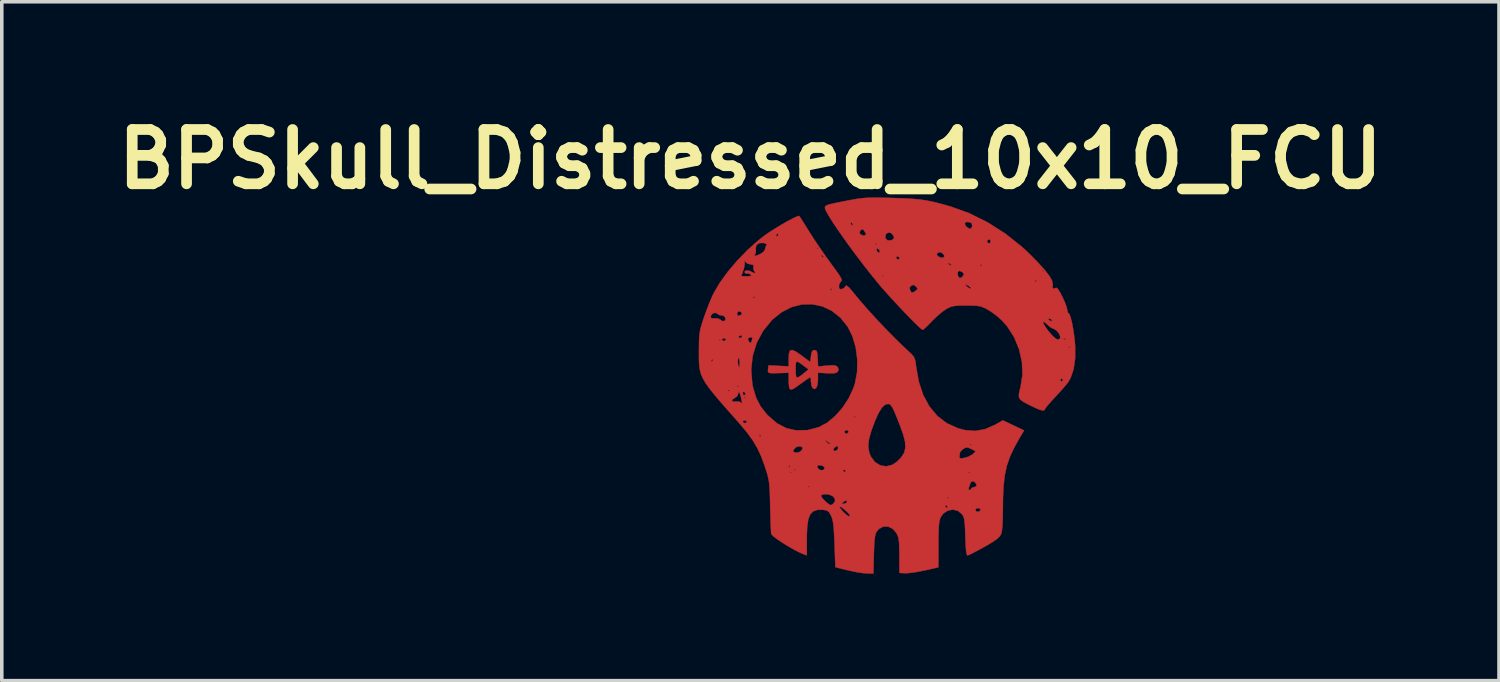
<source format=kicad_pcb>
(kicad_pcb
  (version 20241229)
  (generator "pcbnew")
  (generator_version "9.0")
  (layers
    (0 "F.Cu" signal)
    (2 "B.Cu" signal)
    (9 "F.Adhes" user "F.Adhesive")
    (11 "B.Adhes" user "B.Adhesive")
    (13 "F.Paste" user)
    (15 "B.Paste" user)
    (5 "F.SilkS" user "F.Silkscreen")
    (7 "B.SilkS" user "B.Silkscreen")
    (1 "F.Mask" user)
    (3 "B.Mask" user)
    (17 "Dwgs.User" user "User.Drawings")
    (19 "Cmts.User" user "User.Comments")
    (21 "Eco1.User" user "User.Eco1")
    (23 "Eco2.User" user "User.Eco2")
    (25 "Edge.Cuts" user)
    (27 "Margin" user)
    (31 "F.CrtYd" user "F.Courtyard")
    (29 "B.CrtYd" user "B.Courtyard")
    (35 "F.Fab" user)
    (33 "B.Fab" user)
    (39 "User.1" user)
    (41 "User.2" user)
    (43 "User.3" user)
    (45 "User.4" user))
  (footprint "BPSkull_Distressed_10x10_FCU"
    (layer "F.Cu")
    (at 21.815 7.768)
    (property "Reference" "BPSkull_Distressed_10x10_FCU" (at -3.81 -6.35 0) (layer "F.SilkS") (effects (font (size 1.524 1.524) (thickness 0.3))))
    (attr through_hole)
    (fp_poly (pts (xy -2.543 -0.958) (xy -2.4 -0.861) (xy -2.374 -0.842) (xy -2.13 -0.66) (xy -2.11 -0.828) (xy -2.09 -0.937) (xy -2.057 -0.987) (xy -2.012 -0.996) (xy -1.968 -0.987) (xy -1.942 -0.945) (xy -1.928 -0.854) (xy -1.922 -0.766) (xy -1.911 -0.536) (xy -1.662 -0.559) (xy -1.515 -0.569) (xy -1.425 -0.56) (xy -1.373 -0.532) (xy -1.363 -0.522) (xy -1.335 -0.448) (xy -1.355 -0.397) (xy -1.393 -0.362) (xy -1.463 -0.345) (xy -1.584 -0.343) (xy -1.656 -0.346) (xy -1.915 -0.36) (xy -1.915 -0.165) (xy -1.928 -0.023) (xy -1.963 0.068) (xy -2.015 0.097) (xy -2.064 0.069) (xy -2.096 0.000428) (xy -2.11 -0.102) (xy -2.11 -0.106) (xy -2.115 -0.193) (xy -2.128 -0.234) (xy -2.13 -0.234) (xy -2.168 -0.213) (xy -2.252 -0.156) (xy -2.365 -0.075) (xy -2.388 -0.059) (xy -2.521 0.037) (xy -2.606 0.092) (xy -2.659 0.112) (xy -2.693 0.105) (xy -2.709 0.091) (xy -2.724 0.04) (xy -2.733 -0.062) (xy -2.735 -0.147) (xy -2.735 -0.359) (xy -2.98 -0.351) (xy -3.145 -0.346) (xy -3.247 -0.348) (xy -3.3 -0.363) (xy -3.318 -0.393) (xy -3.316 -0.445) (xy -3.315 -0.45) (xy -2.54 -0.45) (xy -2.537 -0.31) (xy -2.521 -0.237) (xy -2.479 -0.226) (xy -2.4 -0.274) (xy -2.291 -0.361) (xy -2.18 -0.453) (xy -2.311 -0.552) (xy -2.429 -0.639) (xy -2.498 -0.674) (xy -2.53 -0.652) (xy -2.539 -0.565) (xy -2.54 -0.45) (xy -3.315 -0.45) (xy -3.314 -0.459) (xy -3.302 -0.567) (xy -2.735 -0.539) (xy -2.735 -0.759) (xy -2.728 -0.9) (xy -2.699 -0.979) (xy -2.64 -0.998) (xy -2.543 -0.958)) (stroke (width 0.01) (type solid)) (fill yes) (layer "F.Cu"))
    (fp_poly (pts (xy -0.127 -5.271) (xy 0.139 -5.264) (xy 0.175 -5.263) (xy 0.485 -5.253) (xy 0.737 -5.239) (xy 0.95 -5.22) (xy 1.146 -5.19) (xy 1.344 -5.149) (xy 1.564 -5.093) (xy 1.817 -5.021) (xy 2.336 -4.833) (xy 2.85 -4.577) (xy 3.345 -4.262) (xy 3.806 -3.895) (xy 3.974 -3.741) (xy 4.235 -3.479) (xy 4.437 -3.257) (xy 4.579 -3.075) (xy 4.658 -2.936) (xy 4.675 -2.84) (xy 4.674 -2.837) (xy 4.667 -2.748) (xy 4.699 -2.714) (xy 4.75 -2.738) (xy 4.785 -2.741) (xy 4.83 -2.693) (xy 4.894 -2.587) (xy 4.94 -2.497) (xy 5.006 -2.353) (xy 5.056 -2.224) (xy 5.079 -2.135) (xy 5.08 -2.124) (xy 5.093 -2.054) (xy 5.116 -2.032) (xy 5.146 -1.996) (xy 5.18 -1.896) (xy 5.215 -1.75) (xy 5.249 -1.571) (xy 5.277 -1.374) (xy 5.298 -1.175) (xy 5.303 -1.094) (xy 5.302 -0.761) (xy 5.26 -0.466) (xy 5.179 -0.222) (xy 5.112 -0.103) (xy 5.049 -0.023) (xy 4.947 0.096) (xy 4.824 0.233) (xy 4.741 0.322) (xy 4.623 0.45) (xy 4.529 0.559) (xy 4.47 0.635) (xy 4.455 0.664) (xy 4.429 0.698) (xy 4.349 0.69) (xy 4.211 0.639) (xy 4.015 0.545) (xy 3.862 0.464) (xy 3.768 0.399) (xy 3.725 0.33) (xy 3.724 0.238) (xy 3.754 0.103) (xy 3.771 0.039) (xy 3.801 -0.156) (xy 4.885 -0.156) (xy 4.914 -0.118) (xy 4.924 -0.117) (xy 4.962 -0.147) (xy 4.963 -0.156) (xy 4.933 -0.194) (xy 4.924 -0.195) (xy 4.886 -0.166) (xy 4.885 -0.156) (xy 3.801 -0.156) (xy 3.825 -0.306) (xy 3.809 -0.664) (xy 3.729 -1.019) (xy 3.706 -1.075) (xy 5.119 -1.075) (xy 5.139 -1.055) (xy 5.158 -1.075) (xy 5.139 -1.094) (xy 5.119 -1.075) (xy 3.706 -1.075) (xy 3.589 -1.358) (xy 3.392 -1.665) (xy 3.279 -1.792) (xy 4.402 -1.792) (xy 4.406 -1.753) (xy 4.454 -1.667) (xy 4.545 -1.538) (xy 4.553 -1.528) (xy 4.67 -1.391) (xy 4.767 -1.309) (xy 4.839 -1.286) (xy 4.87 -1.316) (xy 4.976 -1.316) (xy 4.981 -1.292) (xy 5.002 -1.29) (xy 5.034 -1.304) (xy 5.028 -1.316) (xy 4.982 -1.32) (xy 4.976 -1.316) (xy 4.87 -1.316) (xy 4.879 -1.324) (xy 4.885 -1.371) (xy 4.855 -1.451) (xy 4.787 -1.535) (xy 4.706 -1.592) (xy 4.672 -1.601) (xy 4.622 -1.627) (xy 4.545 -1.689) (xy 4.526 -1.707) (xy 4.441 -1.779) (xy 4.402 -1.792) (xy 3.279 -1.792) (xy 3.245 -1.831) (xy 3.202 -1.869) (xy 4.537 -1.869) (xy 4.565 -1.842) (xy 4.572 -1.837) (xy 4.631 -1.802) (xy 4.649 -1.813) (xy 4.65 -1.837) (xy 4.618 -1.869) (xy 4.582 -1.875) (xy 4.537 -1.869) (xy 3.202 -1.869) (xy 3.106 -1.953) (xy 2.947 -2.07) (xy 2.85 -2.13) (xy 2.745 -2.184) (xy 2.654 -2.219) (xy 2.553 -2.237) (xy 2.419 -2.245) (xy 2.247 -2.247) (xy 2.061 -2.245) (xy 1.932 -2.236) (xy 1.836 -2.217) (xy 1.751 -2.183) (xy 1.676 -2.141) (xy 1.56 -2.059) (xy 1.422 -1.941) (xy 1.29 -1.812) (xy 1.278 -1.799) (xy 1.173 -1.69) (xy 1.085 -1.608) (xy 1.031 -1.566) (xy 1.023 -1.563) (xy 0.981 -1.591) (xy 0.897 -1.667) (xy 0.778 -1.783) (xy 0.634 -1.93) (xy 0.473 -2.097) (xy 0.305 -2.276) (xy 0.137 -2.457) (xy -0.02 -2.632) (xy -0.128 -2.755) (xy 0.656 -2.755) (xy 0.668 -2.685) (xy 0.673 -2.672) (xy 0.708 -2.613) (xy 0.75 -2.611) (xy 0.807 -2.645) (xy 0.87 -2.694) (xy 0.872 -2.734) (xy 0.837 -2.778) (xy 0.774 -2.825) (xy 0.708 -2.807) (xy 0.703 -2.804) (xy 0.656 -2.755) (xy -0.128 -2.755) (xy -0.158 -2.79) (xy -0.192 -2.829) (xy 2.23 -2.829) (xy 2.244 -2.797) (xy 2.289 -2.758) (xy 2.353 -2.722) (xy 2.381 -2.719) (xy 2.367 -2.752) (xy 2.322 -2.791) (xy 2.258 -2.827) (xy 2.23 -2.829) (xy -0.192 -2.829) (xy -0.224 -2.868) (xy -0.275 -2.931) (xy 4.181 -2.931) (xy 4.196 -2.899) (xy 4.207 -2.905) (xy 4.212 -2.951) (xy 4.207 -2.957) (xy 4.184 -2.951) (xy 4.181 -2.931) (xy -0.275 -2.931) (xy -0.386 -3.068) (xy -0.117 -3.068) (xy -0.098 -3.048) (xy -0.078 -3.068) (xy -0.098 -3.087) (xy -0.117 -3.068) (xy -0.386 -3.068) (xy -0.423 -3.113) (xy -0.479 -3.185) (xy 2.007 -3.185) (xy 2.009 -3.098) (xy 2.011 -3.091) (xy 2.051 -3.02) (xy 2.104 -3.024) (xy 2.153 -3.072) (xy 2.182 -3.127) (xy 2.15 -3.174) (xy 2.13 -3.189) (xy 2.052 -3.219) (xy 2.007 -3.185) (xy -0.479 -3.185) (xy -0.51 -3.224) (xy 4.377 -3.224) (xy 4.396 -3.204) (xy 4.416 -3.224) (xy 4.396 -3.243) (xy 4.377 -3.224) (xy -0.51 -3.224) (xy -0.626 -3.372) (xy -0.665 -3.423) (xy 1.731 -3.423) (xy 1.758 -3.4) (xy 1.821 -3.365) (xy 1.829 -3.378) (xy 1.824 -3.387) (xy 2.631 -3.387) (xy 2.637 -3.363) (xy 2.657 -3.361) (xy 2.689 -3.375) (xy 2.683 -3.387) (xy 2.637 -3.391) (xy 2.631 -3.387) (xy 1.824 -3.387) (xy 1.817 -3.4) (xy 1.76 -3.437) (xy 1.746 -3.438) (xy 1.731 -3.423) (xy -0.665 -3.423) (xy -0.797 -3.597) (xy 0.279 -3.597) (xy 0.292 -3.558) (xy 0.341 -3.534) (xy 0.358 -3.54) (xy 0.374 -3.582) (xy 0.356 -3.607) (xy 0.303 -3.629) (xy 0.279 -3.597) (xy -0.797 -3.597) (xy -0.829 -3.638) (xy -0.856 -3.674) (xy 1.416 -3.674) (xy 1.458 -3.625) (xy 1.466 -3.619) (xy 1.542 -3.586) (xy 1.607 -3.591) (xy 1.634 -3.63) (xy 1.631 -3.646) (xy 1.579 -3.714) (xy 1.504 -3.743) (xy 1.439 -3.721) (xy 1.416 -3.674) (xy -0.856 -3.674) (xy -0.968 -3.826) (xy -0.272 -3.826) (xy -0.259 -3.77) (xy -0.22 -3.729) (xy -0.194 -3.733) (xy -0.176 -3.777) (xy -0.199 -3.814) (xy -0.251 -3.853) (xy -0.272 -3.826) (xy -0.968 -3.826) (xy -1.024 -3.902) (xy -1.07 -3.966) (xy -0.313 -3.966) (xy -0.293 -3.947) (xy -0.274 -3.966) (xy -0.293 -3.986) (xy -0.313 -3.966) (xy -1.07 -3.966) (xy -1.114 -4.027) (xy 2.831 -4.027) (xy 2.841 -4.011) (xy 2.897 -3.987) (xy 2.93 -4.029) (xy 2.931 -4.044) (xy 2.911 -4.096) (xy 2.894 -4.103) (xy 2.843 -4.077) (xy 2.831 -4.027) (xy -1.114 -4.027) (xy -1.206 -4.155) (xy -1.22 -4.175) (xy -0.026 -4.175) (xy -0.014 -4.123) (xy 0.041 -4.073) (xy 0.13 -4.072) (xy 0.19 -4.099) (xy 0.222 -4.142) (xy 0.199 -4.213) (xy 0.198 -4.215) (xy 0.131 -4.284) (xy 0.056 -4.293) (xy -0.004 -4.253) (xy -0.026 -4.175) (xy -1.22 -4.175) (xy -1.298 -4.287) (xy -0.752 -4.287) (xy -0.716 -4.24) (xy -0.711 -4.236) (xy -0.641 -4.208) (xy -0.583 -4.217) (xy -0.566 -4.257) (xy -0.573 -4.273) (xy -0.632 -4.364) (xy -0.676 -4.389) (xy -0.719 -4.356) (xy -0.724 -4.349) (xy -0.752 -4.287) (xy -1.298 -4.287) (xy -1.37 -4.39) (xy -1.475 -4.548) (xy -1.003 -4.548) (xy -0.996 -4.533) (xy -0.961 -4.496) (xy -0.955 -4.494) (xy -0.938 -4.524) (xy -0.938 -4.533) (xy -0.952 -4.55) (xy 2.203 -4.55) (xy 2.228 -4.481) (xy 2.249 -4.458) (xy 2.332 -4.398) (xy 2.389 -4.411) (xy 2.415 -4.482) (xy 2.398 -4.554) (xy 2.338 -4.585) (xy 2.243 -4.59) (xy 2.203 -4.55) (xy -0.952 -4.55) (xy -0.968 -4.57) (xy -0.979 -4.572) (xy -1.003 -4.548) (xy -1.475 -4.548) (xy -1.509 -4.599) (xy -1.617 -4.772) (xy -1.689 -4.902) (xy -1.719 -4.98) (xy -1.719 -4.986) (xy -1.716 -5.017) (xy -1.697 -5.042) (xy -1.653 -5.064) (xy -1.571 -5.089) (xy -1.44 -5.119) (xy -1.249 -5.158) (xy -1.129 -5.181) (xy -0.943 -5.217) (xy -0.789 -5.243) (xy -0.648 -5.26) (xy -0.503 -5.27) (xy -0.335 -5.273) (xy -0.127 -5.271)) (stroke (width 0.01) (type solid)) (fill yes) (layer "F.Cu"))
    (fp_poly (pts (xy -2.439 -4.757) (xy -2.413 -4.72) (xy -2.354 -4.628) (xy -2.271 -4.497) (xy -2.172 -4.337) (xy -2.152 -4.306) (xy -2.02 -4.1) (xy -1.86 -3.862) (xy -1.693 -3.622) (xy -1.543 -3.415) (xy -1.41 -3.233) (xy -1.319 -3.104) (xy -1.267 -3.016) (xy -1.247 -2.962) (xy -1.255 -2.932) (xy -1.266 -2.923) (xy -1.309 -2.869) (xy -1.327 -2.792) (xy -1.317 -2.724) (xy -1.28 -2.697) (xy -1.184 -2.731) (xy -1.129 -2.804) (xy -1.1 -2.8) (xy -1.037 -2.745) (xy -0.954 -2.649) (xy -0.938 -2.629) (xy -0.759 -2.411) (xy -0.539 -2.157) (xy -0.291 -1.884) (xy -0.032 -1.609) (xy 0.223 -1.349) (xy 0.457 -1.119) (xy 0.612 -0.975) (xy 0.719 -0.876) (xy 0.781 -0.797) (xy 0.814 -0.71) (xy 0.834 -0.586) (xy 0.838 -0.545) (xy 0.913 -0.113) (xy 1.039 0.265) (xy 1.214 0.588) (xy 1.435 0.853) (xy 1.702 1.057) (xy 2.013 1.198) (xy 2.214 1.251) (xy 2.499 1.273) (xy 2.777 1.223) (xy 3.058 1.099) (xy 3.07 1.093) (xy 3.273 0.976) (xy 3.572 1.118) (xy 3.87 1.26) (xy 3.749 1.46) (xy 3.594 1.737) (xy 3.474 1.993) (xy 3.387 2.246) (xy 3.328 2.514) (xy 3.293 2.814) (xy 3.277 3.164) (xy 3.275 3.4) (xy 3.272 3.694) (xy 3.263 3.917) (xy 3.247 4.072) (xy 3.224 4.166) (xy 3.224 4.168) (xy 3.185 4.232) (xy 3.117 4.298) (xy 3.007 4.376) (xy 2.844 4.475) (xy 2.749 4.529) (xy 2.583 4.62) (xy 2.44 4.695) (xy 2.335 4.747) (xy 2.281 4.767) (xy 2.28 4.767) (xy 2.259 4.735) (xy 2.242 4.635) (xy 2.23 4.464) (xy 2.221 4.243) (xy 2.214 4.024) (xy 2.205 3.869) (xy 2.191 3.761) (xy 2.171 3.686) (xy 2.141 3.629) (xy 2.126 3.608) (xy 2.013 3.514) (xy 1.979 3.506) (xy 2.508 3.506) (xy 2.528 3.531) (xy 2.586 3.546) (xy 2.639 3.504) (xy 2.648 3.485) (xy 2.629 3.448) (xy 2.582 3.439) (xy 2.512 3.458) (xy 2.508 3.506) (xy 1.979 3.506) (xy 1.876 3.481) (xy 1.734 3.506) (xy 1.607 3.587) (xy 1.537 3.681) (xy 1.51 3.742) (xy 1.491 3.819) (xy 1.478 3.925) (xy 1.471 4.074) (xy 1.467 4.279) (xy 1.466 4.455) (xy 1.465 5.1) (xy 1.075 5.188) (xy 0.89 5.225) (xy 0.717 5.252) (xy 0.579 5.265) (xy 0.528 5.266) (xy 0.371 5.256) (xy 0.37 4.766) (xy 0.368 4.552) (xy 0.361 4.4) (xy 0.347 4.292) (xy 0.325 4.212) (xy 0.291 4.143) (xy 0.29 4.141) (xy 0.183 4.019) (xy 0.054 3.957) (xy -0.082 3.958) (xy -0.204 4.023) (xy -0.263 4.092) (xy -0.293 4.152) (xy -0.314 4.237) (xy -0.329 4.36) (xy -0.339 4.535) (xy -0.346 4.736) (xy -0.359 5.275) (xy -0.522 5.272) (xy -0.653 5.262) (xy -0.815 5.238) (xy -0.918 5.218) (xy -1.072 5.183) (xy -1.216 5.149) (xy -1.29 5.131) (xy -1.426 5.095) (xy -1.449 4.449) (xy -1.46 4.193) (xy -1.472 4.001) (xy -1.488 3.86) (xy -1.508 3.756) (xy -1.535 3.676) (xy -1.547 3.651) (xy -1.603 3.552) (xy -1.666 3.505) (xy -1.766 3.487) (xy -1.786 3.485) (xy -1.935 3.489) (xy -2.048 3.529) (xy -2.129 3.612) (xy -2.184 3.747) (xy -2.215 3.942) (xy -2.227 4.204) (xy -2.227 4.294) (xy -2.227 4.765) (xy -2.335 4.725) (xy -2.461 4.669) (xy -2.613 4.589) (xy -2.775 4.495) (xy -2.933 4.396) (xy -3.07 4.303) (xy -3.171 4.224) (xy -3.221 4.17) (xy -3.224 4.163) (xy -3.23 4.1) (xy -3.237 3.972) (xy -3.244 3.795) (xy -3.25 3.582) (xy -3.255 3.393) (xy -1.309 3.393) (xy -1.297 3.431) (xy -1.243 3.502) (xy -1.204 3.544) (xy -1.103 3.638) (xy -1.038 3.673) (xy -1.016 3.647) (xy -1.016 3.647) (xy -1.042 3.604) (xy -1.105 3.538) (xy -1.185 3.469) (xy -1.258 3.413) (xy -1.304 3.391) (xy -1.309 3.393) (xy -3.255 3.393) (xy -3.255 3.385) (xy 1.655 3.385) (xy 1.661 3.4) (xy 1.696 3.437) (xy 1.702 3.439) (xy 1.719 3.409) (xy 1.719 3.4) (xy 1.689 3.362) (xy 1.678 3.361) (xy 1.655 3.385) (xy -3.255 3.385) (xy -3.255 3.38) (xy -3.261 3.127) (xy -3.262 3.092) (xy -1.829 3.092) (xy -1.796 3.156) (xy -1.71 3.243) (xy -1.622 3.32) (xy -1.57 3.352) (xy -1.532 3.349) (xy -1.502 3.331) (xy -1.479 3.304) (xy -1.244 3.304) (xy -1.23 3.319) (xy -1.204 3.32) (xy -1.132 3.3) (xy -1.112 3.28) (xy -1.097 3.23) (xy -1.134 3.226) (xy -1.195 3.262) (xy -1.244 3.304) (xy -1.479 3.304) (xy -1.437 3.255) (xy -1.439 3.174) (xy -1.463 3.146) (xy 1.719 3.146) (xy 1.739 3.165) (xy 1.758 3.146) (xy 1.739 3.126) (xy 1.719 3.146) (xy -1.463 3.146) (xy -1.497 3.104) (xy -1.602 3.058) (xy -1.693 3.048) (xy -1.795 3.058) (xy -1.829 3.092) (xy -3.262 3.092) (xy -3.268 2.934) (xy -3.269 2.919) (xy 2.309 2.919) (xy 2.327 2.93) (xy 2.345 2.931) (xy 2.383 2.901) (xy 2.384 2.892) (xy 2.416 2.86) (xy 2.462 2.853) (xy 2.525 2.829) (xy 2.535 2.773) (xy 2.489 2.713) (xy 2.465 2.698) (xy 2.41 2.682) (xy 2.374 2.718) (xy 2.348 2.781) (xy 2.316 2.876) (xy 2.309 2.919) (xy -3.269 2.919) (xy -3.275 2.833) (xy -2.188 2.833) (xy -2.169 2.853) (xy -2.149 2.833) (xy -2.169 2.814) (xy -2.188 2.833) (xy -3.275 2.833) (xy -3.278 2.785) (xy -3.295 2.661) (xy -3.32 2.545) (xy -3.349 2.442) (xy -2.696 2.442) (xy -2.677 2.462) (xy -2.657 2.442) (xy 2.306 2.442) (xy 2.325 2.462) (xy 2.345 2.442) (xy 2.325 2.423) (xy 2.306 2.442) (xy -2.657 2.442) (xy -2.677 2.423) (xy -2.696 2.442) (xy -3.349 2.442) (xy -3.356 2.419) (xy -3.374 2.364) (xy -2.579 2.364) (xy -2.56 2.384) (xy -2.557 2.381) (xy -1.211 2.381) (xy -1.183 2.421) (xy -1.172 2.423) (xy -1.134 2.409) (xy -1.133 2.406) (xy -1.161 2.372) (xy -1.172 2.364) (xy -1.208 2.367) (xy -1.211 2.381) (xy -2.557 2.381) (xy -2.54 2.364) (xy -2.56 2.345) (xy -2.579 2.364) (xy -3.374 2.364) (xy -3.405 2.267) (xy -3.405 2.266) (xy -2.735 2.266) (xy -2.721 2.299) (xy -2.709 2.293) (xy -2.707 2.271) (xy -1.933 2.271) (xy -1.927 2.302) (xy -1.886 2.356) (xy -1.819 2.377) (xy -1.756 2.366) (xy -1.727 2.322) (xy -1.728 2.307) (xy -1.771 2.258) (xy -1.844 2.235) (xy -1.917 2.235) (xy -1.933 2.271) (xy -2.707 2.271) (xy -2.705 2.246) (xy -2.709 2.24) (xy -2.733 2.246) (xy -2.735 2.266) (xy -3.405 2.266) (xy -3.412 2.247) (xy -3.508 1.985) (xy -3.586 1.817) (xy -2.609 1.817) (xy -2.601 1.861) (xy -2.53 1.885) (xy -2.442 1.87) (xy -2.37 1.816) (xy -2.364 1.802) (xy -1.485 1.802) (xy -1.459 1.835) (xy -1.405 1.829) (xy -1.359 1.79) (xy -1.355 1.782) (xy -1.349 1.719) (xy -1.354 1.71) (xy -0.503 1.71) (xy -0.475 1.884) (xy -0.43 1.993) (xy -0.313 2.149) (xy -0.165 2.241) (xy 0.002 2.267) (xy 0.172 2.224) (xy 0.294 2.143) (xy 0.422 2.015) (xy 0.433 1.997) (xy 2.053 1.997) (xy 2.057 2.035) (xy 2.102 2.044) (xy 2.197 2.03) (xy 2.319 1.992) (xy 2.419 1.934) (xy 2.432 1.923) (xy 2.511 1.844) (xy 2.386 1.779) (xy 2.296 1.739) (xy 2.234 1.739) (xy 2.166 1.776) (xy 2.096 1.837) (xy 2.068 1.886) (xy 2.058 1.967) (xy 2.053 1.997) (xy 0.433 1.997) (xy 0.503 1.887) (xy 0.539 1.746) (xy 0.534 1.661) (xy 2.345 1.661) (xy 2.364 1.68) (xy 2.384 1.661) (xy 2.364 1.641) (xy 2.345 1.661) (xy 0.534 1.661) (xy 0.53 1.579) (xy 0.477 1.372) (xy 0.39 1.128) (xy 0.302 0.904) (xy 0.235 0.743) (xy 0.184 0.635) (xy 0.143 0.568) (xy 0.107 0.531) (xy 0.069 0.516) (xy 0.064 0.515) (xy -0.024 0.53) (xy -0.116 0.613) (xy -0.211 0.765) (xy -0.313 0.99) (xy -0.416 1.267) (xy -0.484 1.51) (xy -0.503 1.71) (xy -1.354 1.71) (xy -1.357 1.704) (xy -1.4 1.705) (xy -1.454 1.745) (xy -1.484 1.796) (xy -1.485 1.802) (xy -2.364 1.802) (xy -2.345 1.755) (xy -2.375 1.713) (xy -2.445 1.703) (xy -2.523 1.727) (xy -2.546 1.744) (xy -2.609 1.817) (xy -3.586 1.817) (xy -3.615 1.755) (xy -3.744 1.537) (xy -3.753 1.525) (xy -1.714 1.525) (xy -1.711 1.539) (xy -1.685 1.573) (xy -1.626 1.628) (xy -1.591 1.641) (xy -1.563 1.634) (xy -1.566 1.63) (xy -1.607 1.601) (xy -1.661 1.562) (xy -1.714 1.525) (xy -3.753 1.525) (xy -3.839 1.407) (xy -3.556 1.407) (xy -3.542 1.439) (xy -3.53 1.433) (xy -3.525 1.386) (xy -3.53 1.381) (xy -3.553 1.386) (xy -3.556 1.407) (xy -3.839 1.407) (xy -3.909 1.311) (xy -3.94 1.274) (xy -1.168 1.274) (xy -1.158 1.328) (xy -1.147 1.341) (xy -1.099 1.348) (xy -1.059 1.309) (xy -1.055 1.287) (xy -1.087 1.255) (xy -1.114 1.25) (xy -1.168 1.274) (xy -3.94 1.274) (xy -4.12 1.059) (xy -4.158 1.016) (xy -4.025 1.016) (xy -3.993 1.051) (xy -3.966 1.055) (xy -3.914 1.034) (xy -3.908 1.016) (xy -3.939 0.981) (xy -3.966 0.977) (xy -4.018 0.998) (xy -4.025 1.016) (xy -4.158 1.016) (xy -4.425 0.715) (xy -4.644 0.464) (xy -4.672 0.431) (xy -4.33 0.431) (xy -4.287 0.454) (xy -4.226 0.45) (xy -4.135 0.448) (xy -4.082 0.471) (xy -4.082 0.471) (xy -4.051 0.505) (xy -4.046 0.469) (xy -4.066 0.365) (xy -4.074 0.332) (xy -3.986 0.332) (xy -3.966 0.352) (xy -3.947 0.332) (xy -3.966 0.313) (xy -3.986 0.332) (xy -4.074 0.332) (xy -4.084 0.293) (xy -4.109 0.213) (xy -4.025 0.213) (xy -4.005 0.266) (xy -3.986 0.274) (xy -3.948 0.245) (xy -3.947 0.237) (xy -3.975 0.184) (xy -3.986 0.176) (xy -4.019 0.185) (xy -4.025 0.213) (xy -4.109 0.213) (xy -4.115 0.194) (xy -4.134 0.167) (xy -4.14 0.196) (xy -4.176 0.294) (xy -4.228 0.333) (xy -4.31 0.386) (xy -4.33 0.431) (xy -4.672 0.431) (xy -4.821 0.255) (xy -4.921 0.13) (xy -4.442 0.13) (xy -4.436 0.153) (xy -4.416 0.156) (xy -4.384 0.142) (xy -4.39 0.13) (xy -4.436 0.126) (xy -4.442 0.13) (xy -4.921 0.13) (xy -4.96 0.081) (xy -5.004 0.02) (xy -4.181 0.02) (xy -4.162 0.039) (xy -4.142 0.02) (xy -4.162 0) (xy -4.181 0.02) (xy -5.004 0.02) (xy -5.066 -0.068) (xy -5.143 -0.199) (xy -5.196 -0.321) (xy -5.228 -0.441) (xy -5.229 -0.448) (xy -3.788 -0.448) (xy -3.757 -0.054) (xy -3.731 0.07) (xy -3.646 0.348) (xy -3.526 0.581) (xy -3.354 0.801) (xy -3.319 0.839) (xy -3.068 1.056) (xy -2.799 1.197) (xy -2.511 1.262) (xy -2.204 1.251) (xy -1.887 1.166) (xy -1.658 1.044) (xy -1.459 0.879) (xy -0.899 0.879) (xy -0.879 0.899) (xy -0.86 0.879) (xy -0.879 0.86) (xy -0.899 0.879) (xy -1.459 0.879) (xy -1.435 0.859) (xy -1.229 0.626) (xy -1.053 0.358) (xy -0.919 0.071) (xy -0.876 -0.059) (xy -0.816 -0.379) (xy -0.81 -0.721) (xy -0.854 -1.063) (xy -0.946 -1.382) (xy -1.074 -1.641) (xy -1.278 -1.899) (xy -1.519 -2.092) (xy -1.785 -2.22) (xy -2.069 -2.281) (xy -2.362 -2.276) (xy -2.654 -2.202) (xy -2.935 -2.058) (xy -3.198 -1.846) (xy -3.205 -1.838) (xy -3.452 -1.536) (xy -3.633 -1.198) (xy -3.746 -0.832) (xy -3.788 -0.448) (xy -5.229 -0.448) (xy -5.246 -0.569) (xy -5.251 -0.667) (xy -4.914 -0.667) (xy -4.909 -0.664) (xy -4.873 -0.692) (xy -4.866 -0.702) (xy -4.163 -0.702) (xy -4.159 -0.615) (xy -4.143 -0.539) (xy -4.12 -0.508) (xy -4.114 -0.543) (xy -4.112 -0.629) (xy -4.113 -0.664) (xy -4.123 -0.758) (xy -4.143 -0.775) (xy -4.152 -0.763) (xy -4.163 -0.702) (xy -4.866 -0.702) (xy -4.865 -0.703) (xy -4.855 -0.74) (xy -4.86 -0.742) (xy -4.896 -0.715) (xy -4.904 -0.703) (xy -4.914 -0.667) (xy -5.251 -0.667) (xy -5.253 -0.711) (xy -5.254 -0.877) (xy -5.254 -0.957) (xy -5.252 -1.18) (xy -5.249 -1.27) (xy -4.689 -1.27) (xy -4.67 -1.25) (xy -4.65 -1.27) (xy -4.67 -1.29) (xy -4.611 -1.29) (xy -4.579 -1.255) (xy -4.552 -1.25) (xy -4.5 -1.272) (xy -4.494 -1.29) (xy -4.517 -1.315) (xy -3.882 -1.315) (xy -3.865 -1.259) (xy -3.857 -1.246) (xy -3.819 -1.194) (xy -3.794 -1.21) (xy -3.775 -1.25) (xy -3.754 -1.321) (xy -3.759 -1.349) (xy -3.808 -1.355) (xy -3.842 -1.346) (xy -3.882 -1.315) (xy -4.517 -1.315) (xy -4.525 -1.324) (xy -4.552 -1.329) (xy -4.604 -1.308) (xy -4.611 -1.29) (xy -4.67 -1.29) (xy -4.689 -1.27) (xy -5.249 -1.27) (xy -5.246 -1.347) (xy -5.244 -1.368) (xy -4.142 -1.368) (xy -4.114 -1.33) (xy -4.105 -1.329) (xy -4.052 -1.357) (xy -4.044 -1.368) (xy -4.053 -1.401) (xy -4.081 -1.407) (xy -4.135 -1.386) (xy -4.142 -1.368) (xy -5.244 -1.368) (xy -5.233 -1.48) (xy -5.209 -1.602) (xy -5.171 -1.735) (xy -5.116 -1.902) (xy -5.109 -1.921) (xy -5.107 -1.928) (xy -4.924 -1.928) (xy -4.903 -1.886) (xy -4.829 -1.885) (xy -4.819 -1.887) (xy -4.714 -1.882) (xy -4.66 -1.852) (xy -4.581 -1.801) (xy -4.522 -1.825) (xy -4.512 -1.838) (xy -4.512 -1.899) (xy -4.557 -1.954) (xy -4.618 -1.972) (xy -4.627 -1.969) (xy -4.69 -1.98) (xy -4.726 -2.01) (xy -4.727 -2.01) (xy -4.181 -2.01) (xy -4.174 -1.963) (xy -4.135 -1.961) (xy -4.086 -1.978) (xy -4.045 -2.011) (xy -4.067 -2.056) (xy -4.128 -2.09) (xy -4.172 -2.057) (xy -4.181 -2.01) (xy -4.727 -2.01) (xy -4.794 -2.042) (xy -4.869 -2.022) (xy -4.918 -1.961) (xy -4.924 -1.928) (xy -5.107 -1.928) (xy -5.037 -2.122) (xy -4.958 -2.326) (xy -4.889 -2.488) (xy -3.738 -2.488) (xy -3.733 -2.465) (xy -3.712 -2.462) (xy -3.68 -2.476) (xy -3.686 -2.488) (xy -3.733 -2.493) (xy -3.738 -2.488) (xy -4.889 -2.488) (xy -4.883 -2.502) (xy -4.843 -2.586) (xy -4.779 -2.696) (xy -1.563 -2.696) (xy -1.549 -2.664) (xy -1.537 -2.67) (xy -1.532 -2.717) (xy -1.537 -2.722) (xy -1.56 -2.717) (xy -1.563 -2.696) (xy -4.779 -2.696) (xy -4.672 -2.879) (xy -4.533 -3.072) (xy -4.064 -3.072) (xy -4.029 -3.068) (xy -3.943 -3.066) (xy -3.91 -3.066) (xy -3.814 -3.072) (xy -3.785 -3.092) (xy -3.796 -3.113) (xy -3.859 -3.145) (xy -3.887 -3.141) (xy -3.949 -3.147) (xy -3.965 -3.163) (xy -3.967 -3.208) (xy -3.917 -3.229) (xy -3.84 -3.22) (xy -3.771 -3.188) (xy -3.703 -3.154) (xy -3.673 -3.161) (xy -3.673 -3.162) (xy -3.701 -3.216) (xy -3.709 -3.222) (xy -3.729 -3.272) (xy -3.724 -3.322) (xy -3.723 -3.38) (xy -3.777 -3.399) (xy -3.804 -3.4) (xy -3.897 -3.425) (xy -3.948 -3.468) (xy -3.98 -3.515) (xy -3.979 -3.495) (xy -3.971 -3.469) (xy -3.97 -3.391) (xy -3.994 -3.279) (xy -4.007 -3.239) (xy -4.041 -3.14) (xy -4.062 -3.08) (xy -4.064 -3.072) (xy -4.533 -3.072) (xy -4.446 -3.19) (xy -4.18 -3.505) (xy -4.046 -3.642) (xy -3.699 -3.642) (xy -3.658 -3.64) (xy -3.601 -3.662) (xy -1.83 -3.662) (xy -1.821 -3.64) (xy -1.781 -3.598) (xy -1.759 -3.607) (xy -1.758 -3.612) (xy -1.786 -3.645) (xy -1.804 -3.657) (xy -1.83 -3.662) (xy -3.601 -3.662) (xy -3.56 -3.678) (xy -3.523 -3.696) (xy -3.44 -3.755) (xy -3.4 -3.817) (xy -3.4 -3.825) (xy -3.393 -3.849) (xy -1.954 -3.849) (xy -1.934 -3.83) (xy -1.915 -3.849) (xy -1.934 -3.869) (xy -1.954 -3.849) (xy -3.393 -3.849) (xy -3.377 -3.907) (xy -3.358 -3.934) (xy -3.353 -3.968) (xy -3.419 -3.995) (xy -3.446 -4.001) (xy -3.565 -3.997) (xy -3.642 -3.94) (xy -3.663 -3.843) (xy -3.657 -3.812) (xy -3.66 -3.725) (xy -3.68 -3.685) (xy -3.699 -3.642) (xy -4.046 -3.642) (xy -3.888 -3.806) (xy -3.584 -4.076) (xy -3.418 -4.206) (xy -3.397 -4.22) (xy -3.087 -4.22) (xy -3.074 -4.182) (xy -3.07 -4.181) (xy -3.036 -4.209) (xy -3.028 -4.22) (xy -3.032 -4.256) (xy -3.046 -4.259) (xy -3.085 -4.231) (xy -3.087 -4.22) (xy -3.397 -4.22) (xy -3.279 -4.303) (xy -3.117 -4.406) (xy -2.947 -4.509) (xy -2.782 -4.604) (xy -2.635 -4.682) (xy -2.52 -4.737) (xy -2.451 -4.759) (xy -2.439 -4.757)) (stroke (width 0.01) (type solid)) (fill yes) (layer "F.Cu")))
  (gr_rect
    (start -3 -3)
    (end 39.01 16.048)
    (stroke (width 0.1) (type default))
    (fill no)
    (layer "Edge.Cuts")))
</source>
